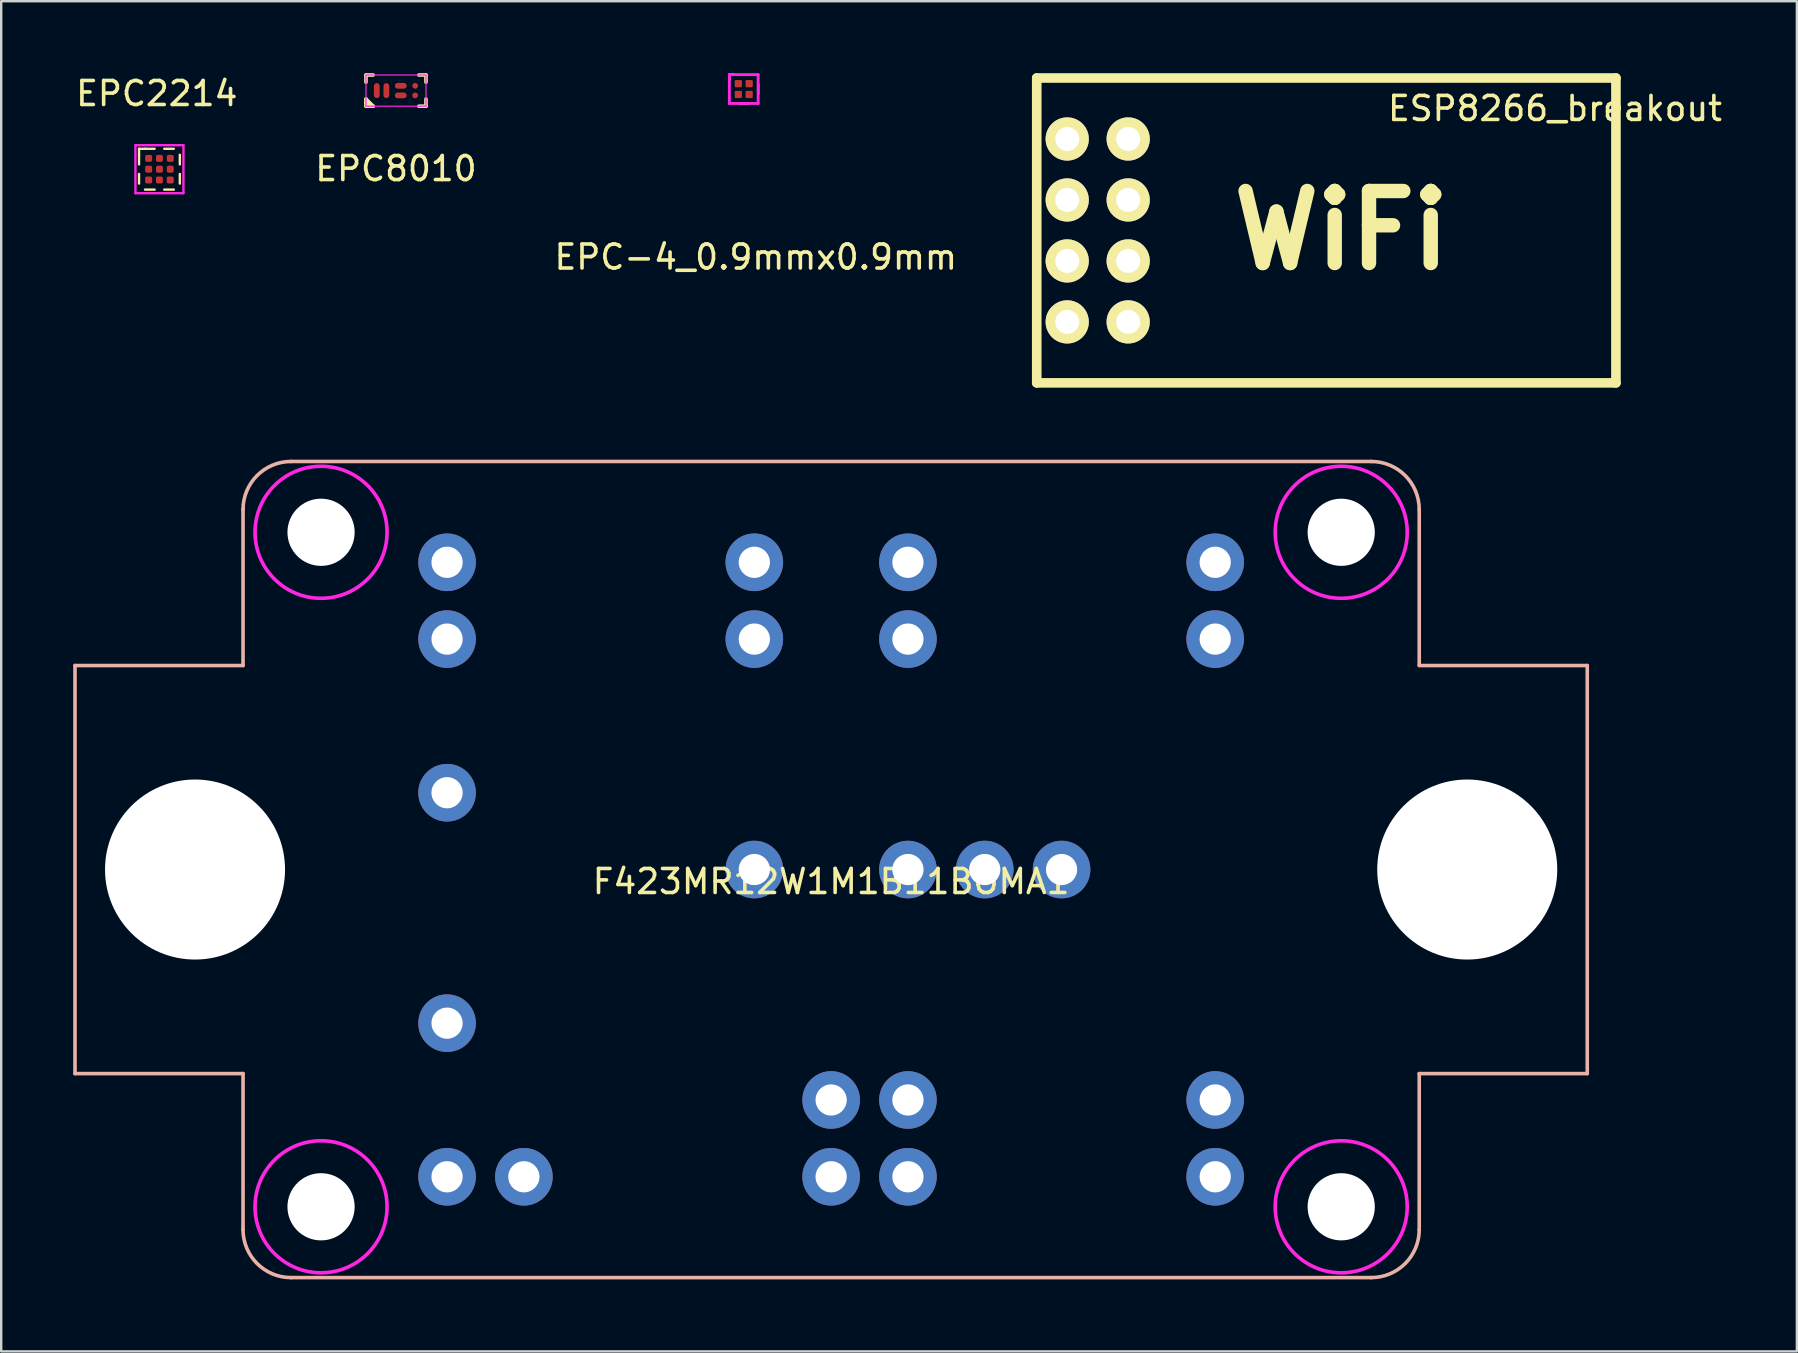
<source format=kicad_pcb>
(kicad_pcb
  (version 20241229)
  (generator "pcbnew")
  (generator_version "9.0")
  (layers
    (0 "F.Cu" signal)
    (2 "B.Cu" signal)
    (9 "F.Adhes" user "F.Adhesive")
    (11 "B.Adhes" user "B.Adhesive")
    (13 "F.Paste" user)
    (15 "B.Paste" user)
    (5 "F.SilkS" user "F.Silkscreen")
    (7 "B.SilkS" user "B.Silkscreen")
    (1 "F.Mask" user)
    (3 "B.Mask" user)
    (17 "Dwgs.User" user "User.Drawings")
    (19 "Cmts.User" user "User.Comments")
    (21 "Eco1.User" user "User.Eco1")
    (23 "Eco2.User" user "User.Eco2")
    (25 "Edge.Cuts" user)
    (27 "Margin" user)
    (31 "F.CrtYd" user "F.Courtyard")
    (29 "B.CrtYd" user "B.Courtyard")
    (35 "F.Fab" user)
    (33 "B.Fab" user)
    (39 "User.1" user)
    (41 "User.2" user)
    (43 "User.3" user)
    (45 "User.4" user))
  (footprint "ESP8266_breakout"
    (layer "F.Cu")
    (at 42.68 6.55)
    (property "Reference" "ESP8266_breakout" (at 19.05 -5.08 0) (layer "F.SilkS") (effects (font (size 1 1) (thickness 0.15))))
    (attr through_hole)
    (fp_line (start -2.54 -6.35) (end 21.59 -6.35) (stroke (width 0.4) (type solid)) (layer "F.SilkS"))
    (fp_line (start -2.54 6.35) (end -2.54 -6.35) (stroke (width 0.4) (type solid)) (layer "F.SilkS"))
    (fp_line (start 21.59 -6.35) (end 21.59 6.35) (stroke (width 0.4) (type solid)) (layer "F.SilkS"))
    (fp_line (start 21.59 6.35) (end -2.54 6.35) (stroke (width 0.4) (type solid)) (layer "F.SilkS"))
    (fp_text user "WiFi" (at 10.16 0 0) (layer "F.SilkS") (effects (font (size 3 3) (thickness 0.6))))
    (pad "1" thru_hole circle (at -1.27 -3.81) (size 1.8 1.8) (drill 1) (layers "*.Cu" "*.Mask" "F.SilkS"))
    (pad "2" thru_hole circle (at 1.27 -3.81) (size 1.8 1.8) (drill 1) (layers "*.Cu" "*.Mask" "F.SilkS"))
    (pad "3" thru_hole circle (at -1.27 -1.27) (size 1.8 1.8) (drill 1) (layers "*.Cu" "*.Mask" "F.SilkS"))
    (pad "4" thru_hole circle (at 1.27 -1.27) (size 1.8 1.8) (drill 1) (layers "*.Cu" "*.Mask" "F.SilkS"))
    (pad "5" thru_hole circle (at -1.27 1.27) (size 1.8 1.8) (drill 1) (layers "*.Cu" "*.Mask" "F.SilkS"))
    (pad "6" thru_hole circle (at 1.27 1.27) (size 1.8 1.8) (drill 1) (layers "*.Cu" "*.Mask" "F.SilkS"))
    (pad "7" thru_hole circle (at -1.27 3.81) (size 1.8 1.8) (drill 1) (layers "*.Cu" "*.Mask" "F.SilkS"))
    (pad "8" thru_hole circle (at 1.27 3.81) (size 1.8 1.8) (drill 1) (layers "*.Cu" "*.Mask" "F.SilkS")))
  (footprint "EPC8010"
    (layer "F.Cu")
    (at 13.446 0.725)
    (property "Reference" "EPC8010" (at 0 3.25 0) (layer "F.SilkS") (effects (font (size 1 1) (thickness 0.15))))
    (attr smd)
    (fp_line (start -1.25 -0.65) (end -1.25 -0.35) (stroke (width 0.15) (type solid)) (layer "F.SilkS"))
    (fp_line (start -1.25 -0.65) (end -0.95 -0.65) (stroke (width 0.15) (type solid)) (layer "F.SilkS"))
    (fp_line (start -1.25 0.35) (end -0.95 0.65) (stroke (width 0.15) (type solid)) (layer "F.SilkS"))
    (fp_line (start -1.25 0.65) (end -1.25 0.35) (stroke (width 0.15) (type solid)) (layer "F.SilkS"))
    (fp_line (start -1.25 0.65) (end -0.95 0.65) (stroke (width 0.15) (type solid)) (layer "F.SilkS"))
    (fp_line (start -1.05 0.65) (end -1.25 0.5) (stroke (width 0.15) (type solid)) (layer "F.SilkS"))
    (fp_line (start -0.95 0.65) (end -1.05 0.65) (stroke (width 0.15) (type solid)) (layer "F.SilkS"))
    (fp_line (start 1.25 -0.65) (end 0.95 -0.65) (stroke (width 0.15) (type solid)) (layer "F.SilkS"))
    (fp_line (start 1.25 -0.65) (end 1.25 -0.35) (stroke (width 0.15) (type solid)) (layer "F.SilkS"))
    (fp_line (start 1.25 0.65) (end 0.95 0.65) (stroke (width 0.15) (type solid)) (layer "F.SilkS"))
    (fp_line (start 1.25 0.65) (end 1.25 0.35) (stroke (width 0.15) (type solid)) (layer "F.SilkS"))
    (fp_line (start -1.25 -0.65) (end 1.25 -0.65) (stroke (width 0.05) (type solid)) (layer "F.CrtYd"))
    (fp_line (start -1.25 0.65) (end -1.25 -0.65) (stroke (width 0.05) (type solid)) (layer "F.CrtYd"))
    (fp_line (start 1.25 -0.65) (end 1.25 0.65) (stroke (width 0.05) (type solid)) (layer "F.CrtYd"))
    (fp_line (start 1.25 0.65) (end -1.25 0.65) (stroke (width 0.05) (type solid)) (layer "F.CrtYd"))
    (pad "" smd roundrect (at -0.822 0) (size 0.245 0.592) (layers "F.Paste") (roundrect_rratio 0.25))
    (pad "" smd oval (at -0.8 0) (size 0.19 0.57) (layers "F.Mask"))
    (pad "" smd oval (at -0.4 0) (size 0.19 0.57) (layers "F.Mask"))
    (pad "" smd roundrect (at -0.377 0) (size 0.245 0.592) (layers "F.Paste") (roundrect_rratio 0.25))
    (pad "" smd roundrect (at 0.2 -0.225) (size 0.45 0.25) (layers "F.Paste") (roundrect_rratio 0.25))
    (pad "" smd oval (at 0.2 -0.2) (size 0.44 0.19) (layers "F.Mask"))
    (pad "" smd oval (at 0.2 0.2) (size 0.44 0.19) (layers "F.Mask"))
    (pad "" smd roundrect (at 0.2 0.225) (size 0.45 0.25) (layers "F.Paste") (roundrect_rratio 0.25))
    (pad "" smd oval (at 0.8 -0.2) (size 0.19 0.19) (layers "F.Mask"))
    (pad "" smd oval (at 0.8 0.2) (size 0.19 0.19) (layers "F.Mask"))
    (pad "" smd roundrect (at 0.82 -0.24) (size 0.255 0.272) (layers "F.Paste") (roundrect_rratio 0.25))
    (pad "" smd roundrect (at 0.82 0.24) (size 0.255 0.272) (layers "F.Paste") (roundrect_rratio 0.25))
    (pad "1" smd oval (at -0.8 0) (size 0.24 0.62) (layers "F.Cu"))
    (pad "2" smd oval (at -0.4 0) (size 0.24 0.62) (layers "F.Cu"))
    (pad "3" smd oval (at 0.2 0.2) (size 0.49 0.24) (layers "F.Cu"))
    (pad "4" smd oval (at 0.2 -0.2) (size 0.49 0.24) (layers "F.Cu"))
    (pad "5" smd oval (at 0.8 0.2) (size 0.24 0.24) (layers "F.Cu"))
    (pad "6" smd oval (at 0.8 -0.2) (size 0.24 0.24) (layers "F.Cu")))
  (footprint "F423MR12W1M1B11BOMA1"
    (layer "F.Cu")
    (at 31.575 33.175)
    (property "Reference" "F423MR12W1M1B11BOMA1" (at 0 0.5 0) (layer "F.SilkS") (effects (font (size 1 1) (thickness 0.15))))
    (attr through_hole)
    (fp_line (start -31.5 -8.5) (end -31.5 8.5) (stroke (width 0.15) (type solid)) (layer "B.SilkS"))
    (fp_line (start -31.5 8.5) (end -24.5 8.5) (stroke (width 0.15) (type solid)) (layer "B.SilkS"))
    (fp_line (start -24.5 -15) (end -24.5 -8.5) (stroke (width 0.15) (type solid)) (layer "B.SilkS"))
    (fp_line (start -24.5 -8.5) (end -31.5 -8.5) (stroke (width 0.15) (type solid)) (layer "B.SilkS"))
    (fp_line (start -24.5 8.5) (end -24.5 15) (stroke (width 0.15) (type solid)) (layer "B.SilkS"))
    (fp_line (start -22.5 17) (end 22.5 17) (stroke (width 0.15) (type solid)) (layer "B.SilkS"))
    (fp_line (start 22.5 -17) (end -22.5 -17) (stroke (width 0.15) (type solid)) (layer "B.SilkS"))
    (fp_line (start 24.5 -8.5) (end 24.5 -15) (stroke (width 0.15) (type solid)) (layer "B.SilkS"))
    (fp_line (start 24.5 -8.5) (end 31.5 -8.5) (stroke (width 0.15) (type solid)) (layer "B.SilkS"))
    (fp_line (start 24.5 15) (end 24.5 8.5) (stroke (width 0.15) (type solid)) (layer "B.SilkS"))
    (fp_line (start 31.5 -8.5) (end 31.5 8.5) (stroke (width 0.15) (type solid)) (layer "B.SilkS"))
    (fp_line (start 31.5 8.5) (end 24.5 8.5) (stroke (width 0.15) (type solid)) (layer "B.SilkS"))
    (fp_arc (start -24.5 -15) (mid -23.914214 -16.414214) (end -22.5 -17) (stroke (width 0.15) (type solid)) (layer "B.SilkS"))
    (fp_arc (start -22.5 17) (mid -23.914214 16.414214) (end -24.5 15) (stroke (width 0.15) (type solid)) (layer "B.SilkS"))
    (fp_arc (start 22.5 -17) (mid 23.914214 -16.414214) (end 24.5 -15) (stroke (width 0.15) (type solid)) (layer "B.SilkS"))
    (fp_arc (start 24.5 15) (mid 23.914214 16.414214) (end 22.5 17) (stroke (width 0.15) (type solid)) (layer "B.SilkS"))
    (fp_circle (center -21.25 -14.05) (end -18.5 -14.05) (stroke (width 0.15) (type solid)) (fill no) (layer "F.CrtYd"))
    (fp_circle (center -21.25 14.05) (end -18.5 14.05) (stroke (width 0.15) (type solid)) (fill no) (layer "F.CrtYd"))
    (fp_circle (center 21.25 -14.05) (end 24 -14.05) (stroke (width 0.15) (type solid)) (fill no) (layer "F.CrtYd"))
    (fp_circle (center 21.25 14.05) (end 24 14.05) (stroke (width 0.15) (type solid)) (fill no) (layer "F.CrtYd"))
    (pad "" np_thru_hole circle (at -26.5 0) (size 7.5 7.5) (drill 7.5) (layers "*.Cu" "*.Mask"))
    (pad "" np_thru_hole circle (at -21.25 -14.05) (size 2.8 2.8) (drill 2.8) (layers "*.Cu" "*.Mask"))
    (pad "" np_thru_hole circle (at -21.25 14.05) (size 2.8 2.8) (drill 2.8) (layers "*.Cu" "*.Mask"))
    (pad "" np_thru_hole circle (at 21.25 -14.05) (size 2.8 2.8) (drill 2.8) (layers "*.Cu" "*.Mask"))
    (pad "" np_thru_hole circle (at 21.25 14.05) (size 2.8 2.8) (drill 2.8) (layers "*.Cu" "*.Mask"))
    (pad "" np_thru_hole circle (at 26.5 0) (size 7.5 7.5) (drill 7.5) (layers "*.Cu" "*.Mask"))
    (pad "AC1" thru_hole circle (at -16 12.8) (size 2.4 2.4) (drill 1.3) (layers "*.Cu" "*.Mask"))
    (pad "AC1" thru_hole circle (at -12.8 12.8) (size 2.4 2.4) (drill 1.3) (layers "*.Cu" "*.Mask"))
    (pad "AC2" thru_hole circle (at 16 9.6) (size 2.4 2.4) (drill 1.3) (layers "*.Cu" "*.Mask"))
    (pad "AC2" thru_hole circle (at 16 12.8) (size 2.4 2.4) (drill 1.3) (layers "*.Cu" "*.Mask"))
    (pad "DC+" thru_hole circle (at -16 -12.8) (size 2.4 2.4) (drill 1.3) (layers "*.Cu" "*.Mask"))
    (pad "DC+" thru_hole circle (at -16 -9.6) (size 2.4 2.4) (drill 1.3) (layers "*.Cu" "*.Mask"))
    (pad "DC+" thru_hole circle (at 16 -12.8) (size 2.4 2.4) (drill 1.3) (layers "*.Cu" "*.Mask"))
    (pad "DC+" thru_hole circle (at 16 -9.6) (size 2.4 2.4) (drill 1.3) (layers "*.Cu" "*.Mask"))
    (pad "DC-" thru_hole circle (at -3.2 0) (size 2.4 2.4) (drill 1.3) (layers "*.Cu" "*.Mask"))
    (pad "DC-" thru_hole circle (at 3.2 0) (size 2.4 2.4) (drill 1.3) (layers "*.Cu" "*.Mask"))
    (pad "DC-" thru_hole circle (at 6.4 0) (size 2.4 2.4) (drill 1.3) (layers "*.Cu" "*.Mask"))
    (pad "DC-" thru_hole circle (at 9.6 0) (size 2.4 2.4) (drill 1.3) (layers "*.Cu" "*.Mask"))
    (pad "G1" thru_hole circle (at -3.2 -9.6) (size 2.4 2.4) (drill 1.3) (layers "*.Cu" "*.Mask"))
    (pad "G2" thru_hole circle (at 0 9.6) (size 2.4 2.4) (drill 1.3) (layers "*.Cu" "*.Mask"))
    (pad "G3" thru_hole circle (at 3.2 -9.6) (size 2.4 2.4) (drill 1.3) (layers "*.Cu" "*.Mask"))
    (pad "G4" thru_hole circle (at 3.2 9.6) (size 2.4 2.4) (drill 1.3) (layers "*.Cu" "*.Mask"))
    (pad "S1" thru_hole circle (at -3.2 -12.8) (size 2.4 2.4) (drill 1.3) (layers "*.Cu" "*.Mask"))
    (pad "S2" thru_hole circle (at 0 12.8) (size 2.4 2.4) (drill 1.3) (layers "*.Cu" "*.Mask"))
    (pad "S3" thru_hole circle (at 3.2 -12.8) (size 2.4 2.4) (drill 1.3) (layers "*.Cu" "*.Mask"))
    (pad "S4" thru_hole circle (at 3.2 12.8) (size 2.4 2.4) (drill 1.3) (layers "*.Cu" "*.Mask"))
    (pad "T1" thru_hole circle (at -16 -3.2) (size 2.4 2.4) (drill 1.3) (layers "*.Cu" "*.Mask"))
    (pad "T2" thru_hole circle (at -16 6.4) (size 2.4 2.4) (drill 1.3) (layers "*.Cu" "*.Mask")))
  (footprint "EPC2214"
    (layer "F.Cu")
    (at 3.592 3.998)
    (property "Reference" "EPC2214" (at -0.11 -3.15 0) (layer "F.SilkS") (effects (font (size 1 1) (thickness 0.15))))
    (attr through_hole)
    (fp_line (start -0.85 -0.85) (end -0.85 -0.6) (stroke (width 0.1) (type solid)) (layer "F.SilkS"))
    (fp_line (start -0.85 -0.6) (end -0.85 -0.2) (stroke (width 0.1) (type solid)) (layer "F.SilkS"))
    (fp_line (start -0.85 0.2) (end -0.85 0.6) (stroke (width 0.1) (type solid)) (layer "F.SilkS"))
    (fp_line (start -0.6 -0.85) (end -0.85 -0.85) (stroke (width 0.1) (type solid)) (layer "F.SilkS"))
    (fp_line (start -0.6 -0.85) (end -0.2 -0.85) (stroke (width 0.1) (type solid)) (layer "F.SilkS"))
    (fp_line (start -0.6 0.85) (end -0.2 0.85) (stroke (width 0.1) (type solid)) (layer "F.SilkS"))
    (fp_line (start 0.2 -0.85) (end 0.6 -0.85) (stroke (width 0.1) (type solid)) (layer "F.SilkS"))
    (fp_line (start 0.2 0.85) (end 0.6 0.85) (stroke (width 0.1) (type solid)) (layer "F.SilkS"))
    (fp_line (start 0.85 -0.2) (end 0.85 -0.6) (stroke (width 0.1) (type solid)) (layer "F.SilkS"))
    (fp_line (start 0.85 0.6) (end 0.85 0.2) (stroke (width 0.1) (type solid)) (layer "F.SilkS"))
    (fp_line (start -1 -1) (end 1 -1) (stroke (width 0.1) (type solid)) (layer "F.CrtYd"))
    (fp_line (start -1 1) (end -1 -1) (stroke (width 0.1) (type solid)) (layer "F.CrtYd"))
    (fp_line (start 1 -1) (end 1 1) (stroke (width 0.1) (type solid)) (layer "F.CrtYd"))
    (fp_line (start 1 1) (end -1 1) (stroke (width 0.1) (type solid)) (layer "F.CrtYd"))
    (pad "" smd roundrect (at -0.45 -0.45) (size 0.2 0.2) (layers "F.Mask" "F.Paste") (roundrect_rratio 0.25))
    (pad "" smd roundrect (at -0.45 0) (size 0.2 0.2) (layers "F.Mask" "F.Paste") (roundrect_rratio 0.25))
    (pad "" smd roundrect (at -0.45 0.45) (size 0.2 0.2) (layers "F.Mask" "F.Paste") (roundrect_rratio 0.25))
    (pad "" smd roundrect (at 0 -0.45) (size 0.2 0.2) (layers "F.Mask" "F.Paste") (roundrect_rratio 0.25))
    (pad "" smd roundrect (at 0 0) (size 0.2 0.2) (layers "F.Mask" "F.Paste") (roundrect_rratio 0.25))
    (pad "" smd roundrect (at 0 0.45) (size 0.2 0.2) (layers "F.Mask" "F.Paste") (roundrect_rratio 0.25))
    (pad "" smd roundrect (at 0.45 -0.45) (size 0.2 0.2) (layers "F.Mask" "F.Paste") (roundrect_rratio 0.25))
    (pad "" smd roundrect (at 0.45 0) (size 0.2 0.2) (layers "F.Mask" "F.Paste") (roundrect_rratio 0.25))
    (pad "" smd roundrect (at 0.45 0.45) (size 0.2 0.2) (layers "F.Mask" "F.Paste") (roundrect_rratio 0.25))
    (pad "1" smd roundrect (at -0.45 -0.45) (size 0.29 0.29) (layers "F.Cu") (roundrect_rratio 0.25))
    (pad "2" smd roundrect (at -0.45 0) (size 0.29 0.29) (layers "F.Cu") (roundrect_rratio 0.25))
    (pad "3" smd roundrect (at -0.45 0.45) (size 0.29 0.29) (layers "F.Cu") (roundrect_rratio 0.25))
    (pad "4" smd roundrect (at 0 -0.45) (size 0.29 0.29) (layers "F.Cu") (roundrect_rratio 0.25))
    (pad "5" smd roundrect (at 0 0) (size 0.29 0.29) (layers "F.Cu") (roundrect_rratio 0.25))
    (pad "6" smd roundrect (at 0 0.45) (size 0.29 0.29) (layers "F.Cu") (roundrect_rratio 0.25))
    (pad "7" smd roundrect (at 0.45 -0.45) (size 0.29 0.29) (layers "F.Cu") (roundrect_rratio 0.25))
    (pad "8" smd roundrect (at 0.45 0) (size 0.29 0.29) (layers "F.Cu") (roundrect_rratio 0.25))
    (pad "9" smd roundrect (at 0.45 0.45) (size 0.29 0.29) (layers "F.Cu") (roundrect_rratio 0.25)))
  (footprint "EPC-4_0.9mmx0.9mm"
    (layer "F.Cu")
    (at 27.935 0.66)
    (property "Reference" "EPC-4_0.9mmx0.9mm" (at 0.5 7 0) (layer "F.SilkS") (effects (font (size 1 1) (thickness 0.15))))
    (attr through_hole)
    (fp_line (start -0.6 -0.6) (end -0.4 -0.6) (stroke (width 0.1) (type solid)) (layer "F.SilkS"))
    (fp_line (start -0.6 -0.4) (end -0.6 -0.6) (stroke (width 0.1) (type solid)) (layer "F.SilkS"))
    (fp_line (start -0.2 0.6) (end 0.2 0.6) (stroke (width 0.1) (type solid)) (layer "F.SilkS"))
    (fp_line (start 0.6 -0.2) (end 0.6 0.2) (stroke (width 0.1) (type solid)) (layer "F.SilkS"))
    (fp_line (start -0.6 -0.6) (end 0.6 -0.6) (stroke (width 0.12) (type solid)) (layer "F.CrtYd"))
    (fp_line (start -0.6 0.6) (end -0.6 -0.6) (stroke (width 0.12) (type solid)) (layer "F.CrtYd"))
    (fp_line (start 0.6 -0.6) (end 0.6 0.6) (stroke (width 0.12) (type solid)) (layer "F.CrtYd"))
    (fp_line (start 0.6 0.6) (end -0.6 0.6) (stroke (width 0.12) (type solid)) (layer "F.CrtYd"))
    (pad "" smd circle (at -0.225 -0.225) (size 0.21 0.21) (layers "F.Mask"))
    (pad "" smd roundrect (at -0.225 -0.225) (size 0.25 0.25) (layers "F.Paste") (roundrect_rratio 0.15))
    (pad "" smd circle (at -0.225 0.225) (size 0.21 0.21) (layers "F.Mask"))
    (pad "" smd roundrect (at -0.225 0.225) (size 0.25 0.25) (layers "F.Paste") (roundrect_rratio 0.15))
    (pad "" smd circle (at 0.225 -0.225) (size 0.21 0.21) (layers "F.Mask"))
    (pad "" smd roundrect (at 0.225 -0.225) (size 0.25 0.25) (layers "F.Paste") (roundrect_rratio 0.15))
    (pad "" smd circle (at 0.225 0.225) (size 0.21 0.21) (layers "F.Mask"))
    (pad "" smd roundrect (at 0.225 0.225) (size 0.25 0.25) (layers "F.Paste") (roundrect_rratio 0.15))
    (pad "1" smd roundrect (at -0.225 -0.225) (size 0.3 0.3) (layers "F.Cu") (roundrect_rratio 0.15))
    (pad "2" smd roundrect (at -0.225 0.225) (size 0.3 0.3) (layers "F.Cu") (roundrect_rratio 0.15))
    (pad "3" smd roundrect (at 0.225 -0.225) (size 0.3 0.3) (layers "F.Cu") (roundrect_rratio 0.15))
    (pad "4" smd roundrect (at 0.225 0.225) (size 0.3 0.3) (layers "F.Cu") (roundrect_rratio 0.15)))
  (gr_rect
    (start -3 -3)
    (end 71.808 53.25)
    (stroke (width 0.1) (type default))
    (fill no)
    (layer "Edge.Cuts")))
</source>
